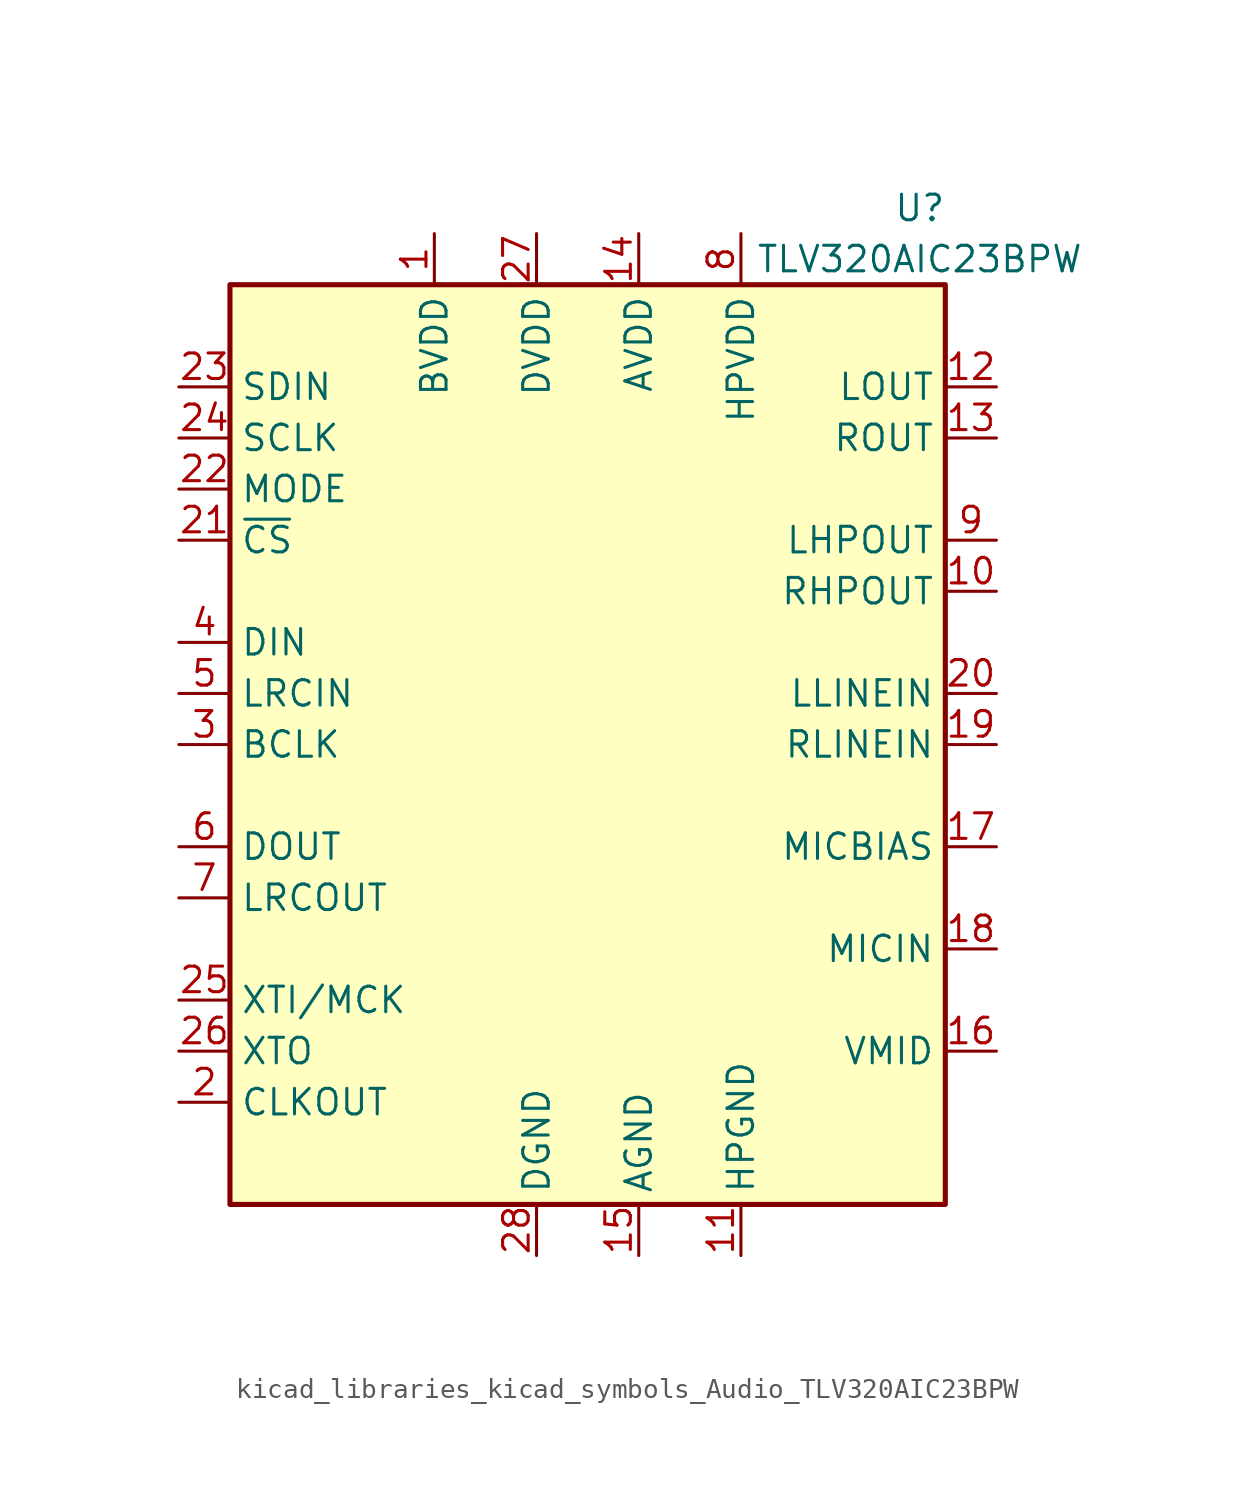
<source format=kicad_sym>
(kicad_symbol_lib
  (version 20220914)
  (generator kicad_symbol_editor)
  (symbol "kicad_libraries_kicad_symbols_Audio_TLV320AIC23BPW"
    (property "Reference" "U"
      (at 16.51 26.67 0)
      (effects (font (size 1.27 1.27))))
    (property "Value" "TLV320AIC23BPW"
      (at 16.51 24.13 0)
      (effects (font (size 1.27 1.27))))
    (symbol "kicad_libraries_kicad_symbols_Audio_TLV320AIC23BPW_0_1"
      (rectangle (start -17.78 22.86) (end 17.78 -22.86) (stroke (width 0.254) (type default)) (fill (type background))))
    (symbol "kicad_libraries_kicad_symbols_Audio_TLV320AIC23BPW_1_1"
      (pin power_in line (at -7.62 25.4 270) (length 2.54) (name "BVDD" (effects (font (size 1.27 1.27)))) (number "1" (effects (font (size 1.27 1.27)))))
      (pin passive line (at 20.32 7.62 180) (length 2.54) (name "RHPOUT" (effects (font (size 1.27 1.27)))) (number "10" (effects (font (size 1.27 1.27)))))
      (pin power_in line (at 7.62 -25.4 90) (length 2.54) (name "HPGND" (effects (font (size 1.27 1.27)))) (number "11" (effects (font (size 1.27 1.27)))))
      (pin passive line (at 20.32 17.78 180) (length 2.54) (name "LOUT" (effects (font (size 1.27 1.27)))) (number "12" (effects (font (size 1.27 1.27)))))
      (pin passive line (at 20.32 15.24 180) (length 2.54) (name "ROUT" (effects (font (size 1.27 1.27)))) (number "13" (effects (font (size 1.27 1.27)))))
      (pin power_in line (at 2.54 25.4 270) (length 2.54) (name "AVDD" (effects (font (size 1.27 1.27)))) (number "14" (effects (font (size 1.27 1.27)))))
      (pin power_in line (at 2.54 -25.4 90) (length 2.54) (name "AGND" (effects (font (size 1.27 1.27)))) (number "15" (effects (font (size 1.27 1.27)))))
      (pin passive line (at 20.32 -15.24 180) (length 2.54) (name "VMID" (effects (font (size 1.27 1.27)))) (number "16" (effects (font (size 1.27 1.27)))))
      (pin passive line (at 20.32 -5.08 180) (length 2.54) (name "MICBIAS" (effects (font (size 1.27 1.27)))) (number "17" (effects (font (size 1.27 1.27)))))
      (pin passive line (at 20.32 -10.16 180) (length 2.54) (name "MICIN" (effects (font (size 1.27 1.27)))) (number "18" (effects (font (size 1.27 1.27)))))
      (pin passive line (at 20.32 0 180) (length 2.54) (name "RLINEIN" (effects (font (size 1.27 1.27)))) (number "19" (effects (font (size 1.27 1.27)))))
      (pin output line (at -20.32 -17.78 0) (length 2.54) (name "CLKOUT" (effects (font (size 1.27 1.27)))) (number "2" (effects (font (size 1.27 1.27)))))
      (pin passive line (at 20.32 2.54 180) (length 2.54) (name "LLINEIN" (effects (font (size 1.27 1.27)))) (number "20" (effects (font (size 1.27 1.27)))))
      (pin input line (at -20.32 10.16 0) (length 2.54) (name "~{CS}" (effects (font (size 1.27 1.27)))) (number "21" (effects (font (size 1.27 1.27)))))
      (pin input line (at -20.32 12.7 0) (length 2.54) (name "MODE" (effects (font (size 1.27 1.27)))) (number "22" (effects (font (size 1.27 1.27)))))
      (pin input line (at -20.32 17.78 0) (length 2.54) (name "SDIN" (effects (font (size 1.27 1.27)))) (number "23" (effects (font (size 1.27 1.27)))))
      (pin input line (at -20.32 15.24 0) (length 2.54) (name "SCLK" (effects (font (size 1.27 1.27)))) (number "24" (effects (font (size 1.27 1.27)))))
      (pin passive line (at -20.32 -12.7 0) (length 2.54) (name "XTI/MCK" (effects (font (size 1.27 1.27)))) (number "25" (effects (font (size 1.27 1.27)))))
      (pin passive line (at -20.32 -15.24 0) (length 2.54) (name "XTO" (effects (font (size 1.27 1.27)))) (number "26" (effects (font (size 1.27 1.27)))))
      (pin power_in line (at -2.54 25.4 270) (length 2.54) (name "DVDD" (effects (font (size 1.27 1.27)))) (number "27" (effects (font (size 1.27 1.27)))))
      (pin power_in line (at -2.54 -25.4 90) (length 2.54) (name "DGND" (effects (font (size 1.27 1.27)))) (number "28" (effects (font (size 1.27 1.27)))))
      (pin bidirectional line (at -20.32 0 0) (length 2.54) (name "BCLK" (effects (font (size 1.27 1.27)))) (number "3" (effects (font (size 1.27 1.27)))))
      (pin input line (at -20.32 5.08 0) (length 2.54) (name "DIN" (effects (font (size 1.27 1.27)))) (number "4" (effects (font (size 1.27 1.27)))))
      (pin input line (at -20.32 2.54 0) (length 2.54) (name "LRCIN" (effects (font (size 1.27 1.27)))) (number "5" (effects (font (size 1.27 1.27)))))
      (pin output line (at -20.32 -5.08 0) (length 2.54) (name "DOUT" (effects (font (size 1.27 1.27)))) (number "6" (effects (font (size 1.27 1.27)))))
      (pin output line (at -20.32 -7.62 0) (length 2.54) (name "LRCOUT" (effects (font (size 1.27 1.27)))) (number "7" (effects (font (size 1.27 1.27)))))
      (pin power_in line (at 7.62 25.4 270) (length 2.54) (name "HPVDD" (effects (font (size 1.27 1.27)))) (number "8" (effects (font (size 1.27 1.27)))))
      (pin passive line (at 20.32 10.16 180) (length 2.54) (name "LHPOUT" (effects (font (size 1.27 1.27)))) (number "9" (effects (font (size 1.27 1.27))))))))
</source>
